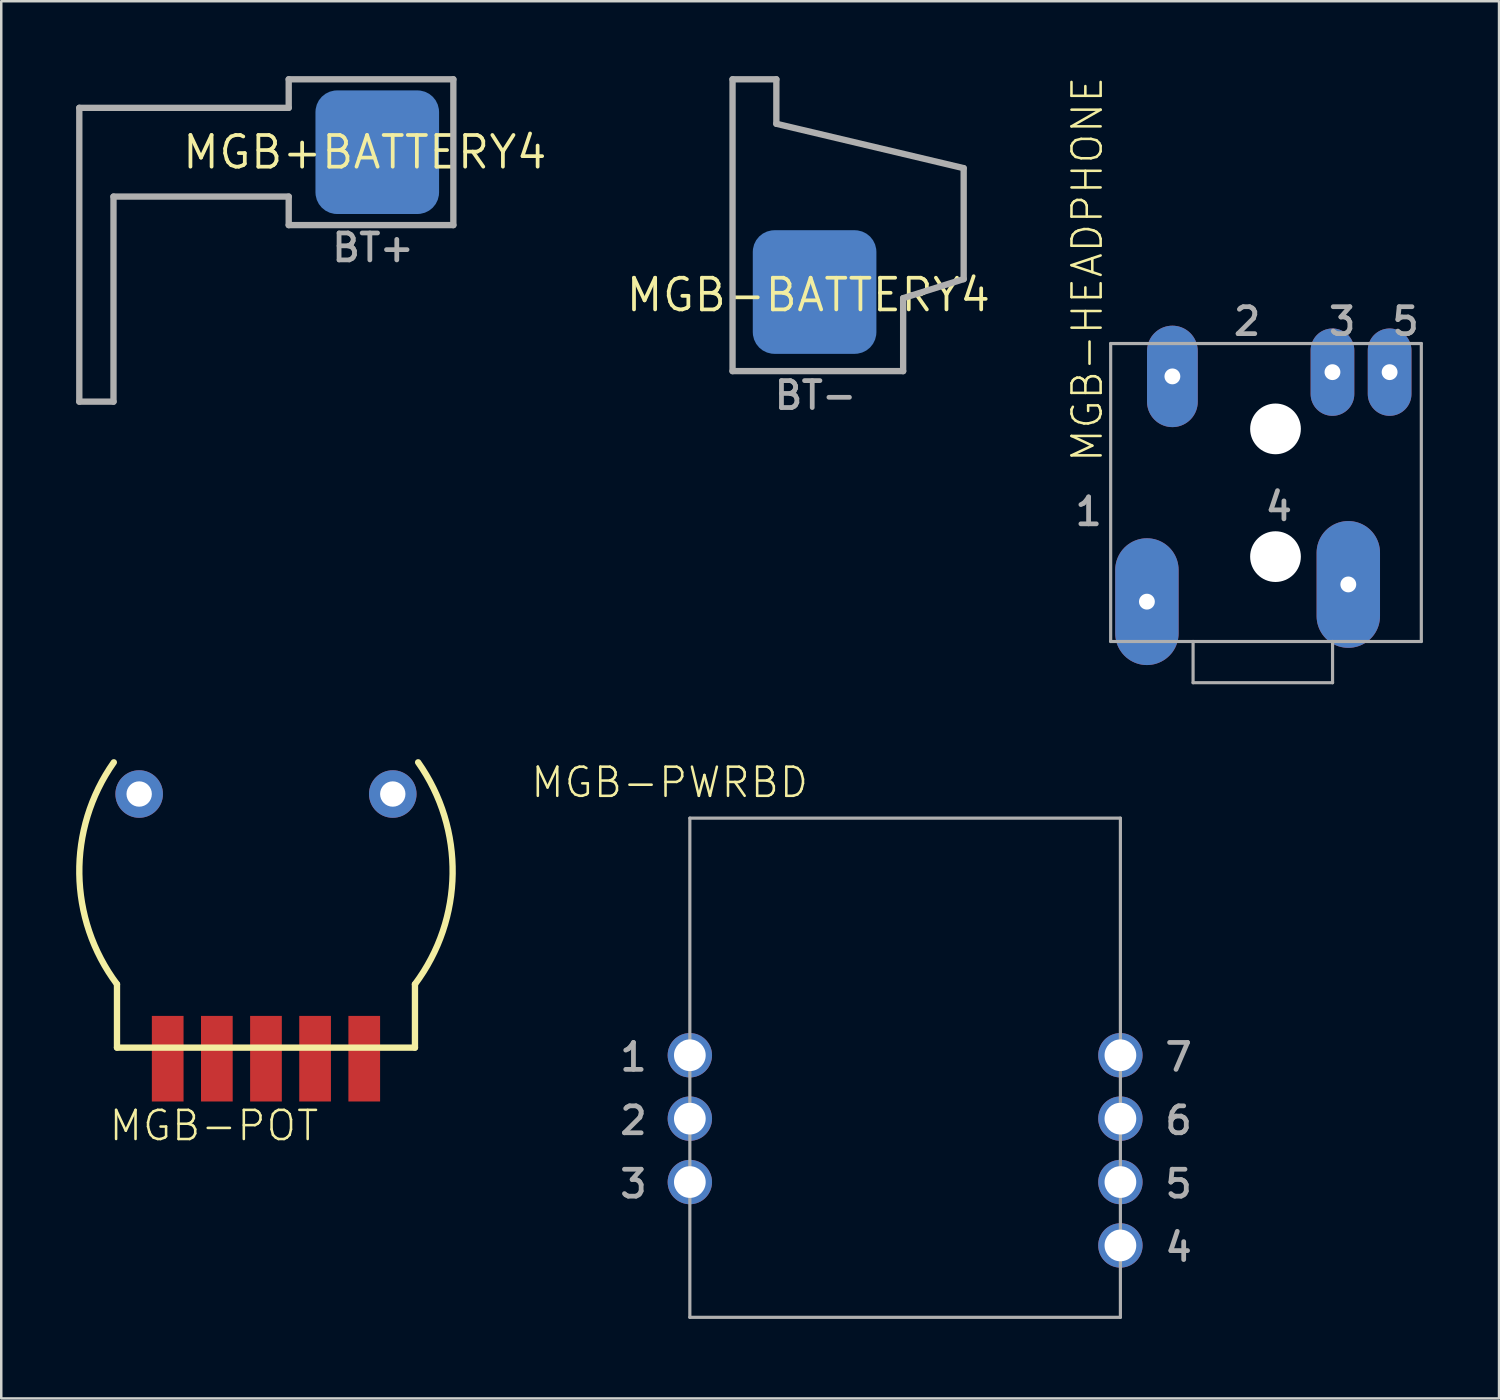
<source format=kicad_pcb>
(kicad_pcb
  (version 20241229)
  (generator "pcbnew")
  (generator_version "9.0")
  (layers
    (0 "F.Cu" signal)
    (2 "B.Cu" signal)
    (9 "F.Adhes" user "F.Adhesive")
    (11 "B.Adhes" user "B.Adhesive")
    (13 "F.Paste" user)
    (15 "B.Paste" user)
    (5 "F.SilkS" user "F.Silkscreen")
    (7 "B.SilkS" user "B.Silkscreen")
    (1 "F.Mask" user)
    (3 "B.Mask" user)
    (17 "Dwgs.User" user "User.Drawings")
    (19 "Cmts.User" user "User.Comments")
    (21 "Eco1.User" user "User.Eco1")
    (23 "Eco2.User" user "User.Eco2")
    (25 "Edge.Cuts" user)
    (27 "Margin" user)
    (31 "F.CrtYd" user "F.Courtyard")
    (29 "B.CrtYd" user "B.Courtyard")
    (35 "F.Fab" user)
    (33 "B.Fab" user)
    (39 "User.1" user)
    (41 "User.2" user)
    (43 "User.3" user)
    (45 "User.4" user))
  (footprint "MGB-BATTERY4"
    (layer "F.Cu")
    (at 29.336 8.767)
    (property "Reference" "MGB-BATTERY4" (at 0 0 0) (unlocked yes) (layer "F.SilkS") (effects (font (size 1.27 1.27) (thickness 0.15))))
    (fp_line (start -3.037 -8.64) (end -3.037 3.052) (stroke (width 0.254) (type solid)) (layer "F.Fab"))
    (fp_line (start -3.037 -8.64) (end -1.282 -8.64) (stroke (width 0.254) (type solid)) (layer "F.Fab"))
    (fp_line (start -3.037 3.052) (end 3.798 3.052) (stroke (width 0.254) (type solid)) (layer "F.Fab"))
    (fp_line (start -1.282 -6.858) (end -1.282 -8.64) (stroke (width 0.254) (type solid)) (layer "F.Fab"))
    (fp_line (start 3.798 3.052) (end 3.798 0.127) (stroke (width 0.254) (type solid)) (layer "F.Fab"))
    (fp_line (start 6.223 -5.08) (end -1.282 -6.858) (stroke (width 0.254) (type solid)) (layer "F.Fab"))
    (fp_line (start 6.223 -5.08) (end 6.223 -0.635) (stroke (width 0.254) (type solid)) (layer "F.Fab"))
    (fp_line (start 6.223 -0.635) (end 3.798 0.127) (stroke (width 0.254) (type solid)) (layer "F.Fab"))
    (fp_text user "BT-" (at -1.46 4.653 0) (layer "F.Fab") (effects (font (size 1.079 1.079) (thickness 0.191)) (justify left bottom)))
    (pad "P$1" smd roundrect (at 0.25 -0.117) (size 4.953 4.953) (layers "B.Cu" "B.Mask" "B.Paste") (roundrect_rratio 0.175))
    (pad "P$3" smd roundrect (at 0.743 1.143) (size 2.959 1.397) (layers "F.Cu" "F.Mask") (roundrect_rratio 0.5))
    (pad "P$4" smd roundrect (at 0.26 -1.397) (size 3.937 1.397) (layers "F.Cu" "F.Mask") (roundrect_rratio 0.5)))
  (footprint "MGB-POT"
    (layer "F.Cu")
    (at 7.606 33.842)
    (property "Reference" "MGB-POT" (at -6.35 8.89 0) (unlocked yes) (layer "F.SilkS") (effects (font (size 1.168 1.168) (thickness 0.102)) (justify left bottom)))
    (fp_line (start -5.969 5.08) (end -5.969 2.54) (stroke (width 0.254) (type solid)) (layer "F.SilkS"))
    (fp_line (start 5.969 2.54) (end 5.969 5.08) (stroke (width 0.254) (type solid)) (layer "F.SilkS"))
    (fp_line (start 5.969 5.08) (end -5.969 5.08) (stroke (width 0.254) (type solid)) (layer "F.SilkS"))
    (fp_arc (start -5.969 2.54) (mid -7.477942 -1.88435) (end -6.096 -6.349999) (stroke (width 0.254) (type solid)) (layer "F.SilkS"))
    (fp_arc (start 6.096 -6.349999) (mid 7.477942 -1.88435) (end 5.969 2.54) (stroke (width 0.254) (type solid)) (layer "F.SilkS"))
    (pad "P$1" smd rect (at -3.937 5.524 90) (size 3.429 1.27) (layers "F.Cu" "F.Mask" "F.Paste"))
    (pad "P$2" smd rect (at -1.968 5.524 180) (size 1.27 3.429) (layers "F.Cu" "F.Mask" "F.Paste"))
    (pad "P$3" smd rect (at 0 5.524 180) (size 1.27 3.429) (layers "F.Cu" "F.Mask" "F.Paste"))
    (pad "P$4" smd rect (at 1.968 5.524) (size 1.27 3.429) (layers "F.Cu" "F.Mask" "F.Paste"))
    (pad "P$5" smd rect (at 3.937 5.524 180) (size 1.27 3.429) (layers "F.Cu" "F.Mask" "F.Paste"))
    (pad "P$6" thru_hole circle (at -5.08 -5.08) (size 1.905 1.905) (drill 1.016) (layers "*.Cu" "*.Mask"))
    (pad "P$7" thru_hole circle (at 5.08 -5.08) (size 1.905 1.905) (drill 1.016) (layers "*.Cu" "*.Mask")))
  (footprint "MGB-PWRBD"
    (layer "F.Cu")
    (at 24.838 49.728)
    (property "Reference" "MGB-PWRBD" (at 4.572 -22.113 0) (unlocked yes) (layer "F.SilkS") (effects (font (size 1.168 1.168) (thickness 0.102)) (justify right top)))
    (fp_line (start -0.25 -20) (end -0.25 0) (stroke (width 0.127) (type solid)) (layer "F.Fab"))
    (fp_line (start -0.25 0) (end 17 0) (stroke (width 0.127) (type solid)) (layer "F.Fab"))
    (fp_line (start 17 -20) (end -0.25 -20) (stroke (width 0.127) (type solid)) (layer "F.Fab"))
    (fp_line (start 17 0) (end 17 -20) (stroke (width 0.127) (type solid)) (layer "F.Fab"))
    (fp_text user "4" (at 19.97 -3.435 0) (layer "F.Fab") (effects (font (size 1.079 1.079) (thickness 0.191)) (justify right top)))
    (fp_text user "3" (at -1.87 -5.975 0) (layer "F.Fab") (effects (font (size 1.079 1.079) (thickness 0.191)) (justify right top)))
    (fp_text user "5" (at 19.97 -5.975 0) (layer "F.Fab") (effects (font (size 1.079 1.079) (thickness 0.191)) (justify right top)))
    (fp_text user "7" (at 19.97 -11.055 0) (layer "F.Fab") (effects (font (size 1.079 1.079) (thickness 0.191)) (justify right top)))
    (fp_text user "2" (at -1.87 -8.515 0) (layer "F.Fab") (effects (font (size 1.079 1.079) (thickness 0.191)) (justify right top)))
    (fp_text user "1" (at -1.87 -11.055 0) (layer "F.Fab") (effects (font (size 1.079 1.079) (thickness 0.191)) (justify right top)))
    (fp_text user "6" (at 19.97 -8.515 0) (layer "F.Fab") (effects (font (size 1.079 1.079) (thickness 0.191)) (justify right top)))
    (pad "1" thru_hole circle (at -0.25 -10.5 90) (size 1.778 1.778) (drill 1.27) (layers "*.Cu" "*.Mask"))
    (pad "2" thru_hole circle (at -0.25 -7.96 90) (size 1.778 1.778) (drill 1.27) (layers "*.Cu" "*.Mask"))
    (pad "3" thru_hole circle (at -0.25 -5.42 90) (size 1.778 1.778) (drill 1.27) (layers "*.Cu" "*.Mask"))
    (pad "4" thru_hole circle (at 17 -2.88 90) (size 1.778 1.778) (drill 1.27) (layers "*.Cu" "*.Mask"))
    (pad "5" thru_hole circle (at 17 -5.42 90) (size 1.778 1.778) (drill 1.27) (layers "*.Cu" "*.Mask"))
    (pad "6" thru_hole circle (at 17 -7.96 90) (size 1.778 1.778) (drill 1.27) (layers "*.Cu" "*.Mask"))
    (pad "7" thru_hole circle (at 17 -10.5 90) (size 1.778 1.778) (drill 1.27) (layers "*.Cu" "*.Mask")))
  (footprint "MGB+BATTERY4"
    (layer "F.Cu")
    (at 11.565 3.048)
    (property "Reference" "MGB+BATTERY4" (at 0 0 0) (unlocked yes) (layer "F.SilkS") (effects (font (size 1.27 1.27) (thickness 0.15))))
    (fp_line (start -11.438 -1.778) (end -11.438 9.994) (stroke (width 0.254) (type solid)) (layer "F.Fab"))
    (fp_line (start -11.438 9.994) (end -10.068 9.994) (stroke (width 0.254) (type solid)) (layer "F.Fab"))
    (fp_line (start -10.068 1.778) (end -10.068 9.994) (stroke (width 0.254) (type solid)) (layer "F.Fab"))
    (fp_line (start -3.048 -2.921) (end -3.048 -1.778) (stroke (width 0.254) (type solid)) (layer "F.Fab"))
    (fp_line (start -3.048 -2.921) (end 3.548 -2.921) (stroke (width 0.254) (type solid)) (layer "F.Fab"))
    (fp_line (start -3.048 -1.778) (end -11.438 -1.778) (stroke (width 0.254) (type solid)) (layer "F.Fab"))
    (fp_line (start -3.048 1.778) (end -10.068 1.778) (stroke (width 0.254) (type solid)) (layer "F.Fab"))
    (fp_line (start -3.048 2.921) (end -3.048 1.778) (stroke (width 0.254) (type solid)) (layer "F.Fab"))
    (fp_line (start -3.048 2.921) (end 3.548 2.921) (stroke (width 0.254) (type solid)) (layer "F.Fab"))
    (fp_line (start 3.548 2.921) (end 3.548 -2.921) (stroke (width 0.254) (type solid)) (layer "F.Fab"))
    (fp_text user "BT+" (at -1.413 4.457 0) (layer "F.Fab") (effects (font (size 1.079 1.079) (thickness 0.191)) (justify left bottom)))
    (pad "P$1" smd roundrect (at 0.5 0) (size 4.953 4.953) (layers "B.Cu" "B.Mask" "B.Paste") (roundrect_rratio 0.175))
    (pad "P$2" smd roundrect (at 0.997 -1.27) (size 2.959 1.397) (layers "F.Cu" "F.Mask") (roundrect_rratio 0.5))
    (pad "P$3" smd roundrect (at 0.514 1.27) (size 3.937 1.397) (layers "F.Cu" "F.Mask") (roundrect_rratio 0.5)))
  (footprint "MGB-HEADPHONE"
    (layer "F.Cu")
    (at 47.544 16.809)
    (property "Reference" "MGB-HEADPHONE" (at -6.35 -1.27 90) (unlocked yes) (layer "F.SilkS") (effects (font (size 1.168 1.168) (thickness 0.102)) (justify left bottom)))
    (fp_line (start -6.096 -6.096) (end 6.35 -6.096) (stroke (width 0.127) (type solid)) (layer "F.Fab"))
    (fp_line (start -6.096 5.842) (end -6.096 -6.096) (stroke (width 0.127) (type solid)) (layer "F.Fab"))
    (fp_line (start -2.794 5.842) (end -6.096 5.842) (stroke (width 0.127) (type solid)) (layer "F.Fab"))
    (fp_line (start -2.794 5.842) (end -2.794 7.493) (stroke (width 0.127) (type solid)) (layer "F.Fab"))
    (fp_line (start -2.794 7.493) (end 2.794 7.493) (stroke (width 0.127) (type solid)) (layer "F.Fab"))
    (fp_line (start 2.794 5.842) (end -2.794 5.842) (stroke (width 0.127) (type solid)) (layer "F.Fab"))
    (fp_line (start 2.794 7.493) (end 2.794 5.842) (stroke (width 0.127) (type solid)) (layer "F.Fab"))
    (fp_line (start 6.35 -6.096) (end 6.35 5.842) (stroke (width 0.127) (type solid)) (layer "F.Fab"))
    (fp_line (start 6.35 5.842) (end 2.794 5.842) (stroke (width 0.127) (type solid)) (layer "F.Fab"))
    (fp_text user "2" (at -1.27 -6.35 0) (layer "F.Fab") (effects (font (size 1.079 1.079) (thickness 0.191)) (justify left bottom)))
    (fp_text user "5" (at 5.08 -6.35 0) (layer "F.Fab") (effects (font (size 1.079 1.079) (thickness 0.191)) (justify left bottom)))
    (fp_text user "4" (at 0 1.07 0) (layer "F.Fab") (effects (font (size 1.079 1.079) (thickness 0.191)) (justify left bottom)))
    (fp_text user "3" (at 2.54 -6.35 0) (layer "F.Fab") (effects (font (size 1.079 1.079) (thickness 0.191)) (justify left bottom)))
    (fp_text user "1" (at -7.62 1.27 0) (layer "F.Fab") (effects (font (size 1.079 1.079) (thickness 0.191)) (justify left bottom)))
    (pad "" np_thru_hole circle (at 0.508 -2.676) (size 2.032 2.032) (drill 2.032) (layers "*.Cu" "*.Mask"))
    (pad "" np_thru_hole circle (at 0.508 2.442) (size 2.032 2.032) (drill 2.032) (layers "*.Cu" "*.Mask"))
    (pad "GND" thru_hole oval (at -4.644 4.246 90) (size 5.08 2.54) (drill 0.635) (layers "*.Cu" "*.Mask"))
    (pad "L" thru_hole oval (at -3.623 -4.779 270) (size 4.064 2.032) (drill 0.635) (layers "*.Cu" "*.Mask"))
    (pad "R" thru_hole oval (at 2.79 -4.949 270) (size 3.5 1.75) (drill 0.635) (layers "*.Cu" "*.Mask"))
    (pad "SW" thru_hole oval (at 5.08 -4.949 90) (size 3.5 1.75) (drill 0.635) (layers "*.Cu" "*.Mask"))
    (pad "SWGND" thru_hole oval (at 3.425 3.556 90) (size 5.08 2.54) (drill 0.635) (layers "*.Cu" "*.Mask")))
  (gr_rect
    (start -3 -3)
    (end 57.008 52.978)
    (stroke (width 0.1) (type default))
    (fill no)
    (layer "Edge.Cuts")))
</source>
